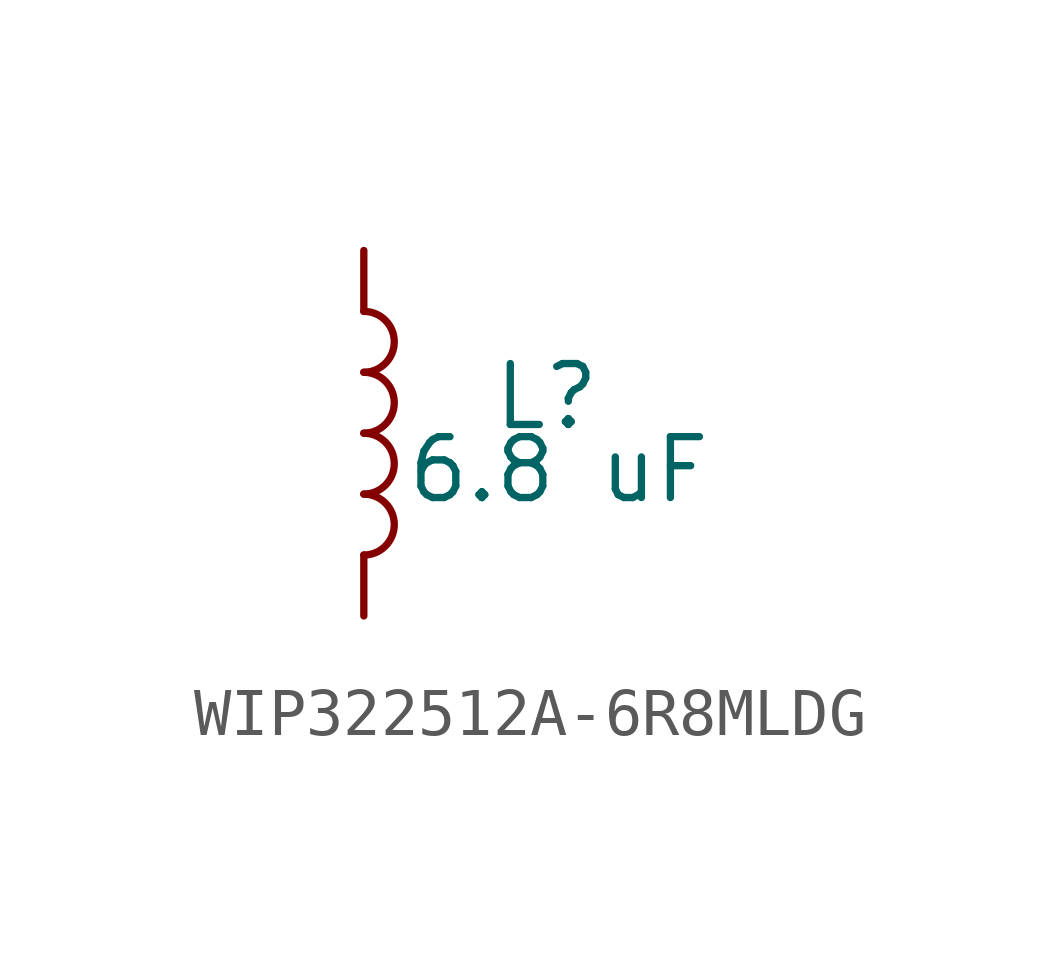
<source format=kicad_sym>
(kicad_symbol_lib
  (version 20241209)
  (generator "kicad_symbol_editor")
  (generator_version "9.0")
  (symbol "WIP322512A-6R8MLDG"
    (property "Reference" "L"
      (at 3.81 0.762 0)
      (effects (font (size 1.27 1.27))))
    (property "Value" "6.8 uF"
      (at 4.064 -0.762 0)
      (effects (font (size 1.27 1.27))))
    (symbol "WIP322512A-6R8MLDG_0_1"
      (arc (start 0 2.54) (mid 0.6323 1.905) (end 0 1.27) (stroke (width 0) (type default)) (fill (type none)))
      (arc (start 0 1.27) (mid 0.6323 0.635) (end 0 0) (stroke (width 0) (type default)) (fill (type none)))
      (arc (start 0 0) (mid 0.6323 -0.635) (end 0 -1.27) (stroke (width 0) (type default)) (fill (type none)))
      (arc (start 0 -1.27) (mid 0.6323 -1.905) (end 0 -2.54) (stroke (width 0) (type default)) (fill (type none))))
    (symbol "WIP322512A-6R8MLDG_1_1"
      (pin passive line (at 0 3.81 270) (length 1.27) (name "1" (effects (font (size 0 0)))) (number "1" (effects (font (size 0 0)))))
      (pin passive line (at 0 -3.81 90) (length 1.27) (name "2" (effects (font (size 0 0)))) (number "2" (effects (font (size 0 0))))))))
</source>
